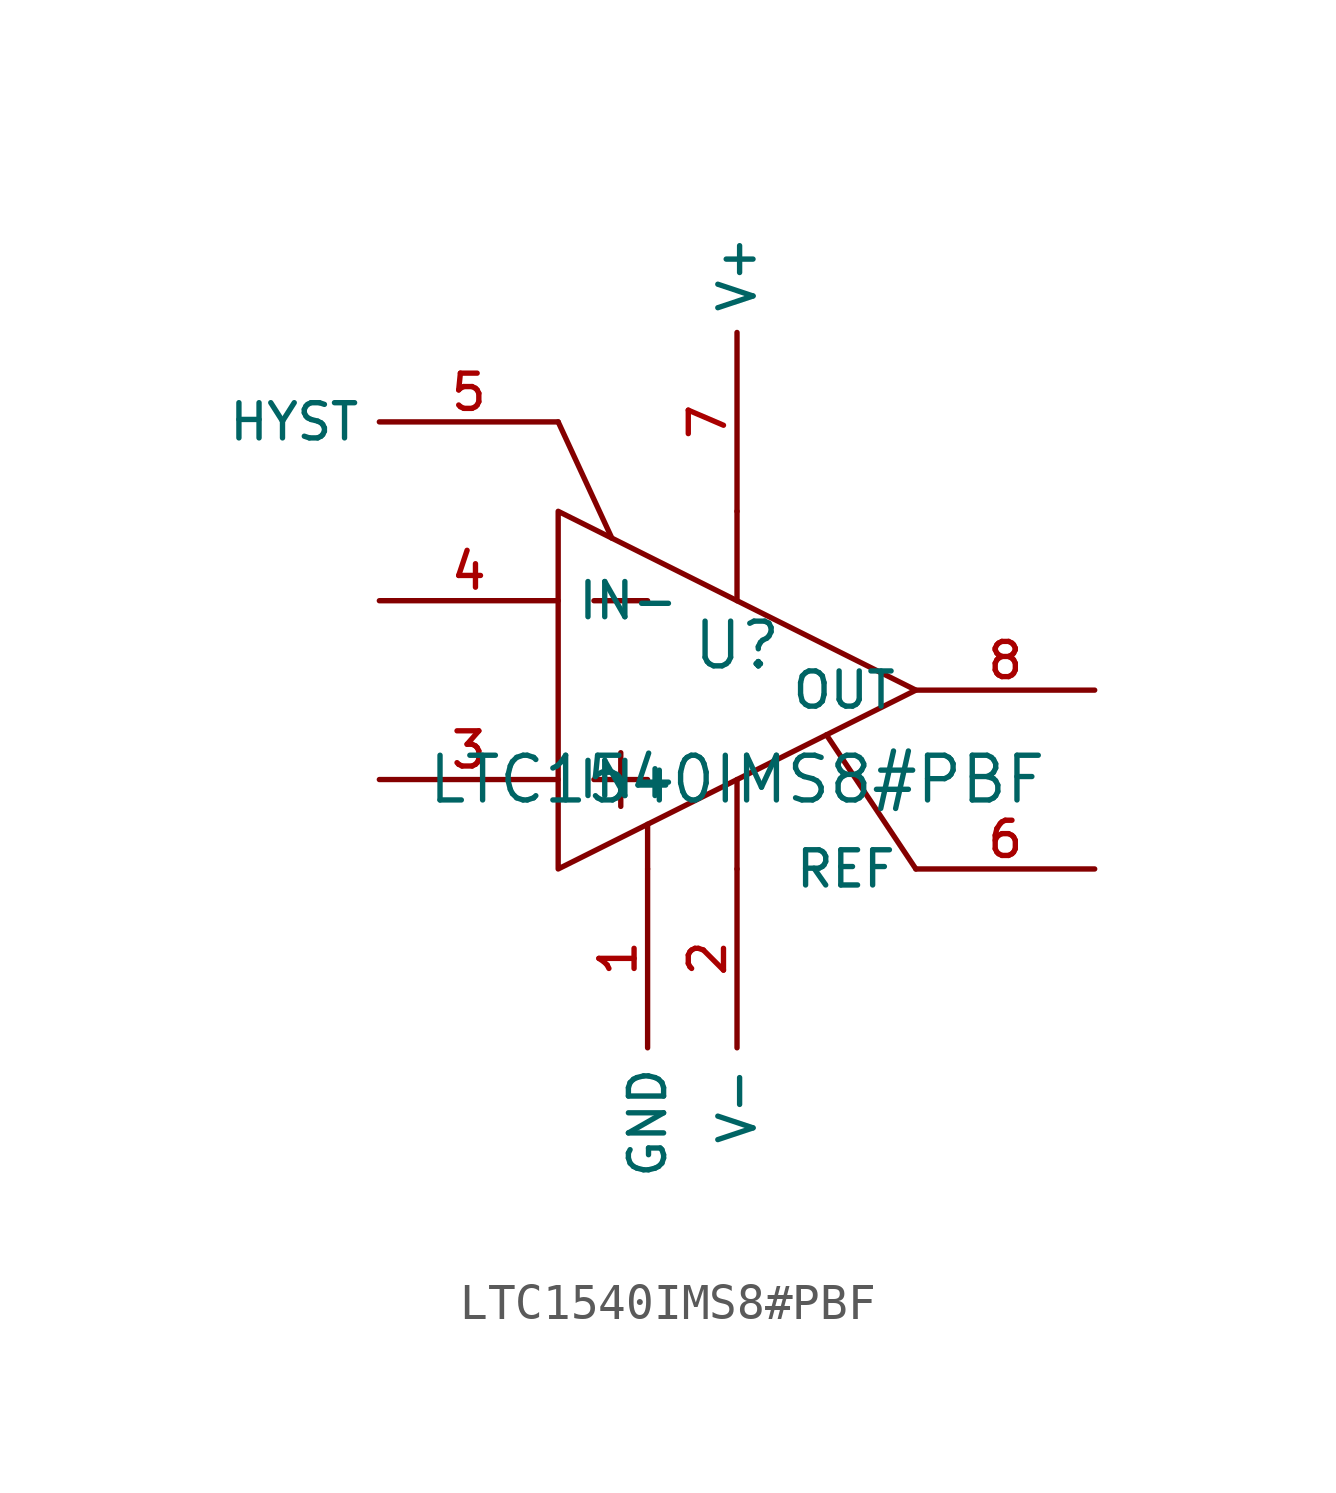
<source format=kicad_sym>
(kicad_symbol_lib
  (version 20210201)
  (generator TousstNicolas/JLC2KiCad_lib)
  (symbol "LTC1540IMS8#PBF"
    (property "Reference" "U"
      (at 0 1.27 0)
      (effects (font (size 1.27 1.27))))
    (property "Value" "LTC1540IMS8#PBF"
      (at 0 -2.54 0)
      (effects (font (size 1.27 1.27))))
    (symbol "LTC1540IMS8#PBF_0_1"
      (pin output line (at 10.16 -0.0 180) (length 5.08) (name "OUT" (effects (font (size 1 1)))) (number "8" (effects (font (size 1 1)))))
      (pin power_in line (at 0.0 5.08 90) (length 5.08) (name "V+" (effects (font (size 1 1)))) (number "7" (effects (font (size 1 1)))))
      (pin output line (at 10.16 -5.08 180) (length 5.08) (name "REF" (effects (font (size 1 1)))) (number "6" (effects (font (size 1 1)))))
      (pin unspecified line (at -5.08 7.62 180) (length 5.08) (name "HYST" (effects (font (size 1 1)))) (number "5" (effects (font (size 1 1)))))
      (pin unspecified line (at -10.16 2.54 0) (length 5.08) (name "IN-" (effects (font (size 1 1)))) (number "4" (effects (font (size 1 1)))))
      (pin unspecified line (at -10.16 -2.54 0) (length 5.08) (name "IN+" (effects (font (size 1 1)))) (number "3" (effects (font (size 1 1)))))
      (pin power_in line (at 0.0 -5.08 270) (length 5.08) (name "V-" (effects (font (size 1 1)))) (number "2" (effects (font (size 1 1)))))
      (pin power_in line (at -2.54 -5.08 270) (length 5.08) (name "GND" (effects (font (size 1 1)))) (number "1" (effects (font (size 1 1)))))
      (polyline (pts (xy -3.556 4.318) (xy -5.08 7.62)) (stroke (width 0) (type default) (color 0 0 0 0)) (fill (type none)))
      (polyline (pts (xy -2.54 -3.81) (xy -2.54 -5.08)) (stroke (width 0) (type default) (color 0 0 0 0)) (fill (type none)))
      (polyline (pts (xy 0.0 5.08) (xy 0.0 2.54)) (stroke (width 0) (type default) (color 0 0 0 0)) (fill (type none)))
      (polyline (pts (xy 0.0 -2.54) (xy 0.0 -5.08)) (stroke (width 0) (type default) (color 0 0 0 0)) (fill (type none)))
      (polyline (pts (xy 5.08 -5.08) (xy 2.54 -1.27)) (stroke (width 0) (type default) (color 0 0 0 0)) (fill (type none)))
      (polyline (pts (xy -3.302 -1.778) (xy -3.302 -3.302)) (stroke (width 0) (type default) (color 0 0 0 0)) (fill (type none)))
      (polyline (pts (xy -4.064 -2.54) (xy -2.54 -2.54)) (stroke (width 0) (type default) (color 0 0 0 0)) (fill (type none)))
      (polyline (pts (xy -4.064 2.54) (xy -2.54 2.54)) (stroke (width 0) (type default) (color 0 0 0 0)) (fill (type none)))
      (polyline (pts (xy -5.08 -5.08) (xy 5.08 -0.0) (xy -5.08 5.08) (xy -5.08 -5.08)) (stroke (width 0) (type default) (color 0 0 0 0)) (fill (type none))))))
</source>
